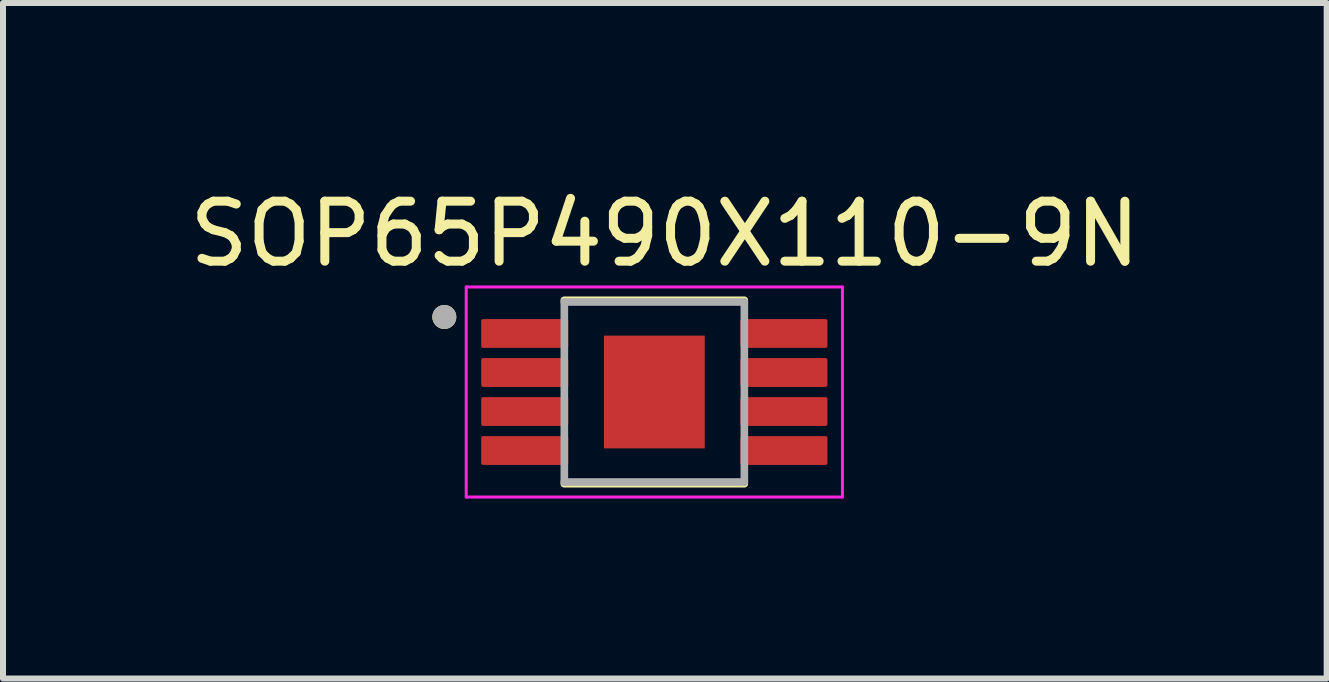
<source format=kicad_pcb>
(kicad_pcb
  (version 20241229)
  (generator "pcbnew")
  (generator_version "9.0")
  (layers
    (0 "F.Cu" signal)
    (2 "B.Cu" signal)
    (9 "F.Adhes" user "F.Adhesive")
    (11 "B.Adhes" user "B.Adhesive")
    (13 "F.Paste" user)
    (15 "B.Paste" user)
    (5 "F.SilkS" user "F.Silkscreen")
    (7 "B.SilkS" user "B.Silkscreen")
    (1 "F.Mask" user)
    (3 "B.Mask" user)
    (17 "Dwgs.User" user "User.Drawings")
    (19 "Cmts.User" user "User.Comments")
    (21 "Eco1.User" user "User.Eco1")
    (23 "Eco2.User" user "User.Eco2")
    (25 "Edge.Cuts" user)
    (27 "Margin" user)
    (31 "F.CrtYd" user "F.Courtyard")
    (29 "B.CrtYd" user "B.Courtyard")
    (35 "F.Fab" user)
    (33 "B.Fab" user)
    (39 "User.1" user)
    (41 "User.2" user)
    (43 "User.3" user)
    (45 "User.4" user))
  (footprint "SOP65P490X110-9N"
    (layer "F.Cu")
    (at 7.855 3.483)
    (property "Reference" "SOP65P490X110-9N" (at 0.175 -2.635 0) (layer "F.SilkS") (effects (font (size 1 1) (thickness 0.15))))
    (attr smd)
    (fp_line (start -1.5 1.529) (end 1.5 1.529) (stroke (width 0.127) (type solid)) (layer "F.SilkS"))
    (fp_line (start 1.5 -1.529) (end -1.5 -1.529) (stroke (width 0.127) (type solid)) (layer "F.SilkS"))
    (fp_circle (center -3.5 -1.25) (end -3.4 -1.25) (stroke (width 0.2) (type solid)) (fill no) (layer "F.SilkS"))
    (fp_poly (pts (xy -0.53 -0.595) (xy 0.53 -0.595) (xy 0.53 0.595) (xy -0.53 0.595)) (stroke (width 0.01) (type solid)) (fill yes) (layer "F.Paste"))
    (fp_line (start -3.135 -1.75) (end 3.135 -1.75) (stroke (width 0.05) (type solid)) (layer "F.CrtYd"))
    (fp_line (start -3.135 1.75) (end -3.135 -1.75) (stroke (width 0.05) (type solid)) (layer "F.CrtYd"))
    (fp_line (start 3.135 -1.75) (end 3.135 1.75) (stroke (width 0.05) (type solid)) (layer "F.CrtYd"))
    (fp_line (start 3.135 1.75) (end -3.135 1.75) (stroke (width 0.05) (type solid)) (layer "F.CrtYd"))
    (fp_line (start -1.5 -1.5) (end -1.5 1.5) (stroke (width 0.127) (type solid)) (layer "F.Fab"))
    (fp_line (start -1.5 1.5) (end 1.5 1.5) (stroke (width 0.127) (type solid)) (layer "F.Fab"))
    (fp_line (start 1.5 -1.5) (end -1.5 -1.5) (stroke (width 0.127) (type solid)) (layer "F.Fab"))
    (fp_line (start 1.5 1.5) (end 1.5 -1.5) (stroke (width 0.127) (type solid)) (layer "F.Fab"))
    (fp_circle (center -3.5 -1.25) (end -3.4 -1.25) (stroke (width 0.2) (type solid)) (fill no) (layer "F.Fab"))
    (pad "1" smd roundrect (at -2.16 -0.975) (size 1.45 0.48) (layers "F.Cu" "F.Mask" "F.Paste") (roundrect_rratio 0.06))
    (pad "2" smd roundrect (at -2.16 -0.325) (size 1.45 0.48) (layers "F.Cu" "F.Mask" "F.Paste") (roundrect_rratio 0.06))
    (pad "3" smd roundrect (at -2.16 0.325) (size 1.45 0.48) (layers "F.Cu" "F.Mask" "F.Paste") (roundrect_rratio 0.06))
    (pad "4" smd roundrect (at -2.16 0.975) (size 1.45 0.48) (layers "F.Cu" "F.Mask" "F.Paste") (roundrect_rratio 0.06))
    (pad "5" smd roundrect (at 2.16 0.975 180) (size 1.45 0.48) (layers "F.Cu" "F.Mask" "F.Paste") (roundrect_rratio 0.06))
    (pad "6" smd roundrect (at 2.16 0.325 180) (size 1.45 0.48) (layers "F.Cu" "F.Mask" "F.Paste") (roundrect_rratio 0.06))
    (pad "7" smd roundrect (at 2.16 -0.325 180) (size 1.45 0.48) (layers "F.Cu" "F.Mask" "F.Paste") (roundrect_rratio 0.06))
    (pad "8" smd roundrect (at 2.16 -0.975 180) (size 1.45 0.48) (layers "F.Cu" "F.Mask" "F.Paste") (roundrect_rratio 0.06))
    (pad "9" smd rect (at 0 0) (size 1.68 1.88) (layers "F.Cu" "F.Mask")))
  (gr_rect
    (start -3 -3)
    (end 19.06 8.258)
    (stroke (width 0.1) (type default))
    (fill no)
    (layer "Edge.Cuts")))
</source>
